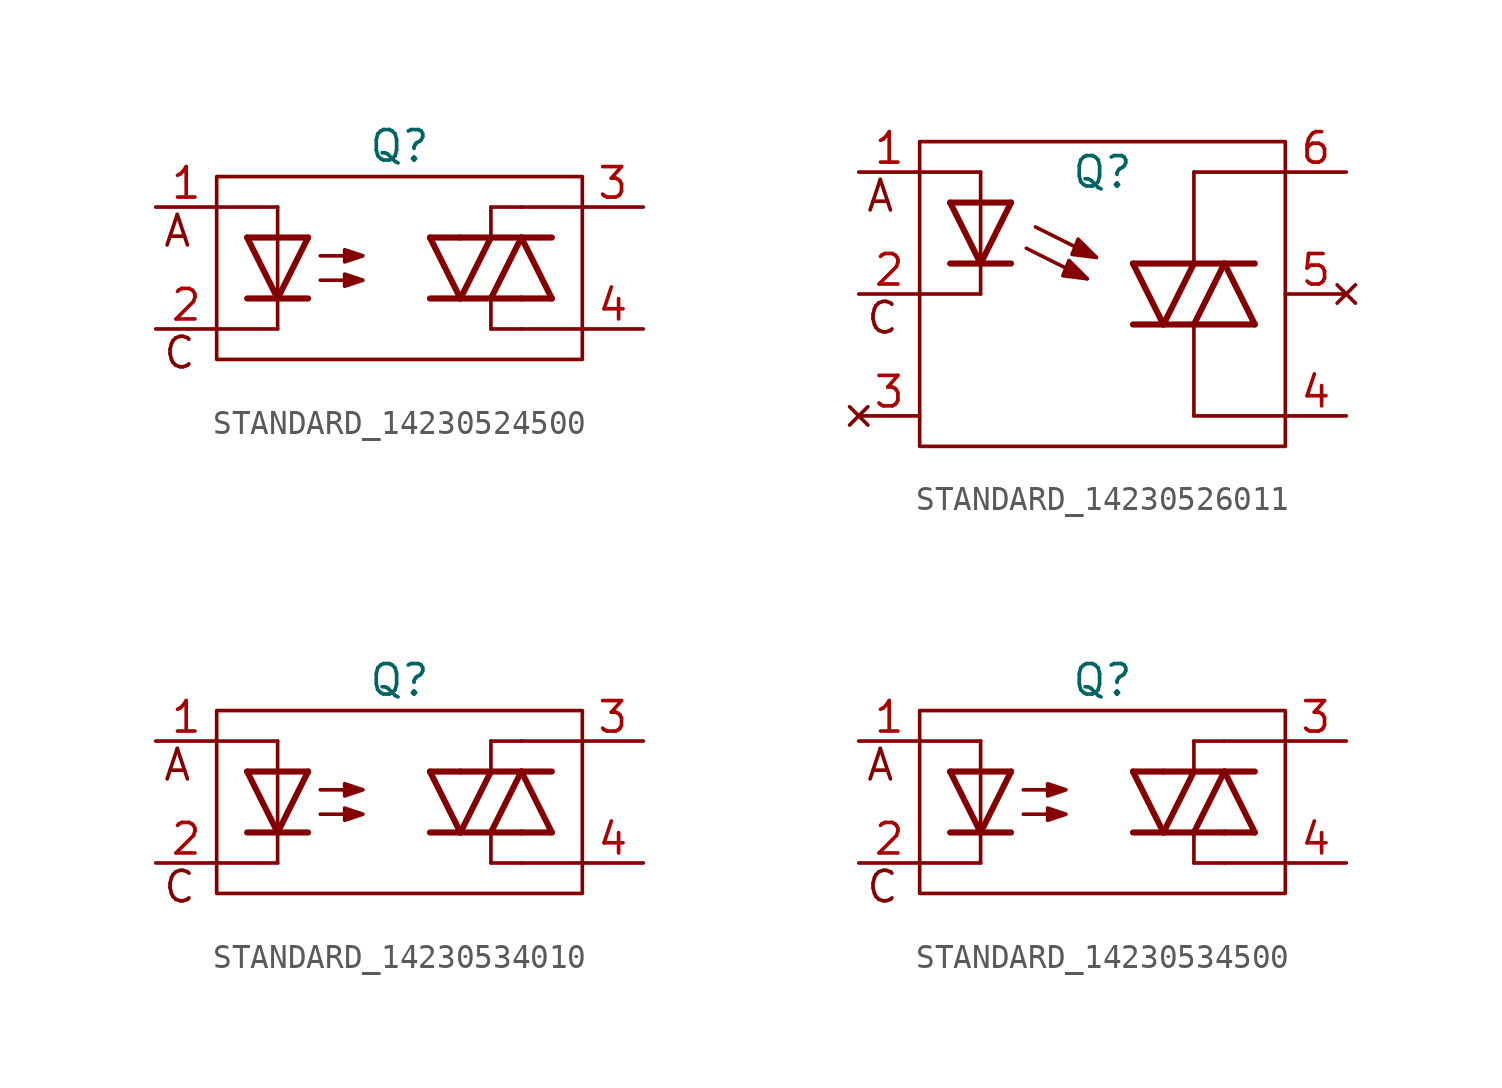
<source format=kicad_sym>
(kicad_symbol_lib
  (version 20220914)
  (generator kicad_symbol_editor)
  (symbol "STANDARD_14230524500"
    (pin_names hide)
    (property "Reference" "Q"
      (at 0 5.08 0)
      (effects (font (size 1.27 1.27))))
    (symbol "STANDARD_14230524500_0_0"
      (rectangle (start -7.62 3.81) (end 7.62 -3.81) (stroke (width 0) (type default)) (fill (type none)))
      (polyline (pts (xy -5.08 -2.54) (xy -7.62 -2.54)) (stroke (width 0.152) (type default)) (fill (type none)))
      (polyline (pts (xy -5.08 -1.27) (xy -6.35 -1.27)) (stroke (width 0.254) (type default)) (fill (type none)))
      (polyline (pts (xy -5.08 -1.27) (xy -6.35 1.27)) (stroke (width 0.254) (type default)) (fill (type none)))
      (polyline (pts (xy -5.08 -1.27) (xy -5.08 -2.54)) (stroke (width 0.152) (type default)) (fill (type none)))
      (polyline (pts (xy -5.08 1.27) (xy -6.35 1.27)) (stroke (width 0.254) (type default)) (fill (type none)))
      (polyline (pts (xy -5.08 1.27) (xy -5.08 -1.27)) (stroke (width 0.152) (type default)) (fill (type none)))
      (polyline (pts (xy -5.08 1.27) (xy -5.08 2.54)) (stroke (width 0.152) (type default)) (fill (type none)))
      (polyline (pts (xy -5.08 2.54) (xy -7.62 2.54)) (stroke (width 0.152) (type default)) (fill (type none)))
      (polyline (pts (xy -3.81 -1.27) (xy -5.08 -1.27)) (stroke (width 0.254) (type default)) (fill (type none)))
      (polyline (pts (xy -3.81 1.27) (xy -5.08 -1.27)) (stroke (width 0.254) (type default)) (fill (type none)))
      (polyline (pts (xy -3.81 1.27) (xy -5.08 1.27)) (stroke (width 0.254) (type default)) (fill (type none)))
      (polyline (pts (xy -3.302 -0.508) (xy -2.032 -0.508)) (stroke (width 0.152) (type default)) (fill (type none)))
      (polyline (pts (xy -3.302 0.508) (xy -2.032 0.508)) (stroke (width 0.152) (type default)) (fill (type none)))
      (polyline (pts (xy 2.54 -1.27) (xy 1.27 -1.27)) (stroke (width 0.254) (type default)) (fill (type none)))
      (polyline (pts (xy 2.54 -1.27) (xy 1.27 1.27)) (stroke (width 0.254) (type default)) (fill (type none)))
      (polyline (pts (xy 2.54 1.27) (xy 1.27 1.27)) (stroke (width 0.254) (type default)) (fill (type none)))
      (polyline (pts (xy 3.81 -2.54) (xy 5.08 -2.54)) (stroke (width 0.152) (type default)) (fill (type none)))
      (polyline (pts (xy 3.81 -1.27) (xy 2.54 -1.27)) (stroke (width 0.254) (type default)) (fill (type none)))
      (polyline (pts (xy 3.81 -1.27) (xy 3.81 -2.54)) (stroke (width 0.152) (type default)) (fill (type none)))
      (polyline (pts (xy 3.81 -1.27) (xy 5.08 -1.27)) (stroke (width 0.254) (type default)) (fill (type none)))
      (polyline (pts (xy 3.81 -1.27) (xy 5.08 1.27)) (stroke (width 0.254) (type default)) (fill (type none)))
      (polyline (pts (xy 3.81 1.27) (xy 2.54 -1.27)) (stroke (width 0.254) (type default)) (fill (type none)))
      (polyline (pts (xy 3.81 1.27) (xy 2.54 1.27)) (stroke (width 0.254) (type default)) (fill (type none)))
      (polyline (pts (xy 3.81 1.27) (xy 3.81 2.54)) (stroke (width 0.152) (type default)) (fill (type none)))
      (polyline (pts (xy 3.81 1.27) (xy 5.08 1.27)) (stroke (width 0.254) (type default)) (fill (type none)))
      (polyline (pts (xy 5.08 -1.27) (xy 6.35 -1.27)) (stroke (width 0.254) (type default)) (fill (type none)))
      (polyline (pts (xy 5.08 1.27) (xy 6.35 -1.27)) (stroke (width 0.254) (type default)) (fill (type none)))
      (polyline (pts (xy 5.08 1.27) (xy 6.35 1.27)) (stroke (width 0.254) (type default)) (fill (type none)))
      (polyline (pts (xy 5.08 2.54) (xy 3.81 2.54)) (stroke (width 0.152) (type default)) (fill (type none)))
      (polyline (pts (xy 7.62 -2.54) (xy 5.08 -2.54)) (stroke (width 0.152) (type default)) (fill (type none)))
      (polyline (pts (xy 7.62 2.54) (xy 5.08 2.54)) (stroke (width 0.152) (type default)) (fill (type none)))
      (polyline (pts (xy -2.286 -0.254) (xy -1.524 -0.508) (xy -2.286 -0.762) (xy -2.286 -0.254)) (stroke (width 0.152) (type default)) (fill (type outline)))
      (polyline (pts (xy -2.286 0.762) (xy -1.524 0.508) (xy -2.286 0.254) (xy -2.286 0.762)) (stroke (width 0.152) (type default)) (fill (type outline)))
      (text "A" (at -9.906 2.286 0) (effects (font (size 1.27 1.27)) (justify left top)))
      (text "C" (at -9.906 -2.794 0) (effects (font (size 1.27 1.27)) (justify left top))))
    (symbol "STANDARD_14230524500_1_0"
      (pin passive line (at -10.16 2.54 0) (length 2.54) (name "Anode" (effects (font (size 1.27 1.27)))) (number "1" (effects (font (size 1.27 1.27)))))
      (pin passive line (at -10.16 -2.54 0) (length 2.54) (name "Cathode" (effects (font (size 1.27 1.27)))) (number "2" (effects (font (size 1.27 1.27)))))
      (pin passive line (at 10.16 2.54 180) (length 2.54) (name "Teminal" (effects (font (size 1.27 1.27)))) (number "3" (effects (font (size 1.27 1.27)))))
      (pin passive line (at 10.16 -2.54 180) (length 2.54) (name "Teminal" (effects (font (size 1.27 1.27)))) (number "4" (effects (font (size 1.27 1.27)))))))
  (symbol "STANDARD_14230526011"
    (pin_names hide)
    (property "Reference" "Q"
      (at 0 5.08 0)
      (effects (font (size 1.27 1.27))))
    (symbol "STANDARD_14230526011_0_0"
      (rectangle (start -7.62 6.35) (end 7.62 -6.35) (stroke (width 0) (type default)) (fill (type none)))
      (polyline (pts (xy -5.08 0) (xy -7.62 0)) (stroke (width 0.152) (type default)) (fill (type none)))
      (polyline (pts (xy -5.08 1.27) (xy -6.35 1.27)) (stroke (width 0.254) (type default)) (fill (type none)))
      (polyline (pts (xy -5.08 1.27) (xy -6.35 3.81)) (stroke (width 0.254) (type default)) (fill (type none)))
      (polyline (pts (xy -5.08 1.27) (xy -5.08 0)) (stroke (width 0.152) (type default)) (fill (type none)))
      (polyline (pts (xy -5.08 3.81) (xy -6.35 3.81)) (stroke (width 0.254) (type default)) (fill (type none)))
      (polyline (pts (xy -5.08 3.81) (xy -5.08 1.27)) (stroke (width 0.152) (type default)) (fill (type none)))
      (polyline (pts (xy -5.08 3.81) (xy -5.08 5.08)) (stroke (width 0.152) (type default)) (fill (type none)))
      (polyline (pts (xy -5.08 5.08) (xy -7.62 5.08)) (stroke (width 0.152) (type default)) (fill (type none)))
      (polyline (pts (xy -3.81 1.27) (xy -5.08 1.27)) (stroke (width 0.254) (type default)) (fill (type none)))
      (polyline (pts (xy -3.81 3.81) (xy -5.08 1.27)) (stroke (width 0.254) (type default)) (fill (type none)))
      (polyline (pts (xy -3.81 3.81) (xy -5.08 3.81)) (stroke (width 0.254) (type default)) (fill (type none)))
      (polyline (pts (xy -3.175 1.905) (xy -0.635 0.635)) (stroke (width 0.152) (type default)) (fill (type none)))
      (polyline (pts (xy -2.794 2.794) (xy -0.254 1.524)) (stroke (width 0.152) (type default)) (fill (type none)))
      (polyline (pts (xy 2.54 -1.27) (xy 1.27 -1.27)) (stroke (width 0.254) (type default)) (fill (type none)))
      (polyline (pts (xy 2.54 -1.27) (xy 1.27 1.27)) (stroke (width 0.254) (type default)) (fill (type none)))
      (polyline (pts (xy 3.81 -1.27) (xy 2.54 -1.27)) (stroke (width 0.254) (type default)) (fill (type none)))
      (polyline (pts (xy 3.81 -1.27) (xy 3.81 -5.08)) (stroke (width 0.152) (type default)) (fill (type none)))
      (polyline (pts (xy 3.81 -1.27) (xy 5.08 1.27)) (stroke (width 0.254) (type default)) (fill (type none)))
      (polyline (pts (xy 3.81 -1.27) (xy 6.35 -1.27)) (stroke (width 0.254) (type default)) (fill (type none)))
      (polyline (pts (xy 3.81 1.27) (xy 1.27 1.27)) (stroke (width 0.254) (type default)) (fill (type none)))
      (polyline (pts (xy 3.81 1.27) (xy 2.54 -1.27)) (stroke (width 0.254) (type default)) (fill (type none)))
      (polyline (pts (xy 3.81 1.27) (xy 3.81 5.08)) (stroke (width 0.152) (type default)) (fill (type none)))
      (polyline (pts (xy 3.81 1.27) (xy 5.08 1.27)) (stroke (width 0.254) (type default)) (fill (type none)))
      (polyline (pts (xy 5.08 1.27) (xy 6.35 -1.27)) (stroke (width 0.254) (type default)) (fill (type none)))
      (polyline (pts (xy 5.08 1.27) (xy 6.35 1.27)) (stroke (width 0.254) (type default)) (fill (type none)))
      (polyline (pts (xy 7.62 -5.08) (xy 3.81 -5.08)) (stroke (width 0.152) (type default)) (fill (type none)))
      (polyline (pts (xy 7.62 5.08) (xy 3.81 5.08)) (stroke (width 0.152) (type default)) (fill (type none)))
      (polyline (pts (xy -1.397 1.397) (xy -0.635 0.635) (xy -1.651 0.762) (xy -1.397 1.397)) (stroke (width 0.152) (type default)) (fill (type outline)))
      (polyline (pts (xy -1.016 2.286) (xy -0.254 1.524) (xy -1.27 1.651) (xy -1.016 2.286)) (stroke (width 0.152) (type default)) (fill (type outline)))
      (text "A" (at -9.906 4.826 0) (effects (font (size 1.27 1.27)) (justify left top)))
      (text "C" (at -9.906 -0.254 0) (effects (font (size 1.27 1.27)) (justify left top))))
    (symbol "STANDARD_14230526011_1_0"
      (pin passive line (at -10.16 5.08 0) (length 2.54) (name "Anode" (effects (font (size 1.27 1.27)))) (number "1" (effects (font (size 1.27 1.27)))))
      (pin passive line (at -10.16 0 0) (length 2.54) (name "Cathode" (effects (font (size 1.27 1.27)))) (number "2" (effects (font (size 1.27 1.27)))))
      (pin no_connect line (at -10.16 -5.08 0) (length 2.54) (name "NC" (effects (font (size 1.27 1.27)))) (number "3" (effects (font (size 1.27 1.27)))))
      (pin passive line (at 10.16 -5.08 180) (length 2.54) (name "Teminal" (effects (font (size 1.27 1.27)))) (number "4" (effects (font (size 1.27 1.27)))))
      (pin no_connect line (at 10.16 0 180) (length 2.54) (name "NC" (effects (font (size 1.27 1.27)))) (number "5" (effects (font (size 1.27 1.27)))))
      (pin passive line (at 10.16 5.08 180) (length 2.54) (name "Teminal" (effects (font (size 1.27 1.27)))) (number "6" (effects (font (size 1.27 1.27)))))))
  (symbol "STANDARD_14230534010"
    (pin_names hide)
    (property "Reference" "Q"
      (at 0 5.08 0)
      (effects (font (size 1.27 1.27))))
    (symbol "STANDARD_14230534010_0_0"
      (rectangle (start -7.62 3.81) (end 7.62 -3.81) (stroke (width 0) (type default)) (fill (type none)))
      (polyline (pts (xy -5.08 -2.54) (xy -7.62 -2.54)) (stroke (width 0.152) (type default)) (fill (type none)))
      (polyline (pts (xy -5.08 -1.27) (xy -6.35 -1.27)) (stroke (width 0.254) (type default)) (fill (type none)))
      (polyline (pts (xy -5.08 -1.27) (xy -6.35 1.27)) (stroke (width 0.254) (type default)) (fill (type none)))
      (polyline (pts (xy -5.08 -1.27) (xy -5.08 -2.54)) (stroke (width 0.152) (type default)) (fill (type none)))
      (polyline (pts (xy -5.08 1.27) (xy -6.35 1.27)) (stroke (width 0.254) (type default)) (fill (type none)))
      (polyline (pts (xy -5.08 1.27) (xy -5.08 -1.27)) (stroke (width 0.152) (type default)) (fill (type none)))
      (polyline (pts (xy -5.08 1.27) (xy -5.08 2.54)) (stroke (width 0.152) (type default)) (fill (type none)))
      (polyline (pts (xy -5.08 2.54) (xy -7.62 2.54)) (stroke (width 0.152) (type default)) (fill (type none)))
      (polyline (pts (xy -3.81 -1.27) (xy -5.08 -1.27)) (stroke (width 0.254) (type default)) (fill (type none)))
      (polyline (pts (xy -3.81 1.27) (xy -5.08 -1.27)) (stroke (width 0.254) (type default)) (fill (type none)))
      (polyline (pts (xy -3.81 1.27) (xy -5.08 1.27)) (stroke (width 0.254) (type default)) (fill (type none)))
      (polyline (pts (xy -3.302 -0.508) (xy -2.032 -0.508)) (stroke (width 0.152) (type default)) (fill (type none)))
      (polyline (pts (xy -3.302 0.508) (xy -2.032 0.508)) (stroke (width 0.152) (type default)) (fill (type none)))
      (polyline (pts (xy 2.54 -1.27) (xy 1.27 -1.27)) (stroke (width 0.254) (type default)) (fill (type none)))
      (polyline (pts (xy 2.54 -1.27) (xy 1.27 1.27)) (stroke (width 0.254) (type default)) (fill (type none)))
      (polyline (pts (xy 2.54 1.27) (xy 1.27 1.27)) (stroke (width 0.254) (type default)) (fill (type none)))
      (polyline (pts (xy 3.81 -2.54) (xy 5.08 -2.54)) (stroke (width 0.152) (type default)) (fill (type none)))
      (polyline (pts (xy 3.81 -1.27) (xy 2.54 -1.27)) (stroke (width 0.254) (type default)) (fill (type none)))
      (polyline (pts (xy 3.81 -1.27) (xy 3.81 -2.54)) (stroke (width 0.152) (type default)) (fill (type none)))
      (polyline (pts (xy 3.81 -1.27) (xy 5.08 -1.27)) (stroke (width 0.254) (type default)) (fill (type none)))
      (polyline (pts (xy 3.81 -1.27) (xy 5.08 1.27)) (stroke (width 0.254) (type default)) (fill (type none)))
      (polyline (pts (xy 3.81 1.27) (xy 2.54 -1.27)) (stroke (width 0.254) (type default)) (fill (type none)))
      (polyline (pts (xy 3.81 1.27) (xy 2.54 1.27)) (stroke (width 0.254) (type default)) (fill (type none)))
      (polyline (pts (xy 3.81 1.27) (xy 3.81 2.54)) (stroke (width 0.152) (type default)) (fill (type none)))
      (polyline (pts (xy 3.81 1.27) (xy 5.08 1.27)) (stroke (width 0.254) (type default)) (fill (type none)))
      (polyline (pts (xy 5.08 -1.27) (xy 6.35 -1.27)) (stroke (width 0.254) (type default)) (fill (type none)))
      (polyline (pts (xy 5.08 1.27) (xy 6.35 -1.27)) (stroke (width 0.254) (type default)) (fill (type none)))
      (polyline (pts (xy 5.08 1.27) (xy 6.35 1.27)) (stroke (width 0.254) (type default)) (fill (type none)))
      (polyline (pts (xy 5.08 2.54) (xy 3.81 2.54)) (stroke (width 0.152) (type default)) (fill (type none)))
      (polyline (pts (xy 7.62 -2.54) (xy 5.08 -2.54)) (stroke (width 0.152) (type default)) (fill (type none)))
      (polyline (pts (xy 7.62 2.54) (xy 5.08 2.54)) (stroke (width 0.152) (type default)) (fill (type none)))
      (polyline (pts (xy -2.286 -0.254) (xy -1.524 -0.508) (xy -2.286 -0.762) (xy -2.286 -0.254)) (stroke (width 0.152) (type default)) (fill (type outline)))
      (polyline (pts (xy -2.286 0.762) (xy -1.524 0.508) (xy -2.286 0.254) (xy -2.286 0.762)) (stroke (width 0.152) (type default)) (fill (type outline)))
      (text "A" (at -9.906 2.286 0) (effects (font (size 1.27 1.27)) (justify left top)))
      (text "C" (at -9.906 -2.794 0) (effects (font (size 1.27 1.27)) (justify left top))))
    (symbol "STANDARD_14230534010_1_0"
      (pin passive line (at -10.16 2.54 0) (length 2.54) (name "Anode" (effects (font (size 1.27 1.27)))) (number "1" (effects (font (size 1.27 1.27)))))
      (pin passive line (at -10.16 -2.54 0) (length 2.54) (name "Cathode" (effects (font (size 1.27 1.27)))) (number "2" (effects (font (size 1.27 1.27)))))
      (pin passive line (at 10.16 2.54 180) (length 2.54) (name "Teminal" (effects (font (size 1.27 1.27)))) (number "3" (effects (font (size 1.27 1.27)))))
      (pin passive line (at 10.16 -2.54 180) (length 2.54) (name "Teminal" (effects (font (size 1.27 1.27)))) (number "4" (effects (font (size 1.27 1.27)))))))
  (symbol "STANDARD_14230534500"
    (pin_names hide)
    (property "Reference" "Q"
      (at 0 5.08 0)
      (effects (font (size 1.27 1.27))))
    (symbol "STANDARD_14230534500_0_0"
      (rectangle (start -7.62 3.81) (end 7.62 -3.81) (stroke (width 0) (type default)) (fill (type none)))
      (polyline (pts (xy -5.08 -2.54) (xy -7.62 -2.54)) (stroke (width 0.152) (type default)) (fill (type none)))
      (polyline (pts (xy -5.08 -1.27) (xy -6.35 -1.27)) (stroke (width 0.254) (type default)) (fill (type none)))
      (polyline (pts (xy -5.08 -1.27) (xy -6.35 1.27)) (stroke (width 0.254) (type default)) (fill (type none)))
      (polyline (pts (xy -5.08 -1.27) (xy -5.08 -2.54)) (stroke (width 0.152) (type default)) (fill (type none)))
      (polyline (pts (xy -5.08 1.27) (xy -6.35 1.27)) (stroke (width 0.254) (type default)) (fill (type none)))
      (polyline (pts (xy -5.08 1.27) (xy -5.08 -1.27)) (stroke (width 0.152) (type default)) (fill (type none)))
      (polyline (pts (xy -5.08 1.27) (xy -5.08 2.54)) (stroke (width 0.152) (type default)) (fill (type none)))
      (polyline (pts (xy -5.08 2.54) (xy -7.62 2.54)) (stroke (width 0.152) (type default)) (fill (type none)))
      (polyline (pts (xy -3.81 -1.27) (xy -5.08 -1.27)) (stroke (width 0.254) (type default)) (fill (type none)))
      (polyline (pts (xy -3.81 1.27) (xy -5.08 -1.27)) (stroke (width 0.254) (type default)) (fill (type none)))
      (polyline (pts (xy -3.81 1.27) (xy -5.08 1.27)) (stroke (width 0.254) (type default)) (fill (type none)))
      (polyline (pts (xy -3.302 -0.508) (xy -2.032 -0.508)) (stroke (width 0.152) (type default)) (fill (type none)))
      (polyline (pts (xy -3.302 0.508) (xy -2.032 0.508)) (stroke (width 0.152) (type default)) (fill (type none)))
      (polyline (pts (xy 2.54 -1.27) (xy 1.27 -1.27)) (stroke (width 0.254) (type default)) (fill (type none)))
      (polyline (pts (xy 2.54 -1.27) (xy 1.27 1.27)) (stroke (width 0.254) (type default)) (fill (type none)))
      (polyline (pts (xy 2.54 1.27) (xy 1.27 1.27)) (stroke (width 0.254) (type default)) (fill (type none)))
      (polyline (pts (xy 3.81 -2.54) (xy 5.08 -2.54)) (stroke (width 0.152) (type default)) (fill (type none)))
      (polyline (pts (xy 3.81 -1.27) (xy 2.54 -1.27)) (stroke (width 0.254) (type default)) (fill (type none)))
      (polyline (pts (xy 3.81 -1.27) (xy 3.81 -2.54)) (stroke (width 0.152) (type default)) (fill (type none)))
      (polyline (pts (xy 3.81 -1.27) (xy 5.08 -1.27)) (stroke (width 0.254) (type default)) (fill (type none)))
      (polyline (pts (xy 3.81 -1.27) (xy 5.08 1.27)) (stroke (width 0.254) (type default)) (fill (type none)))
      (polyline (pts (xy 3.81 1.27) (xy 2.54 -1.27)) (stroke (width 0.254) (type default)) (fill (type none)))
      (polyline (pts (xy 3.81 1.27) (xy 2.54 1.27)) (stroke (width 0.254) (type default)) (fill (type none)))
      (polyline (pts (xy 3.81 1.27) (xy 3.81 2.54)) (stroke (width 0.152) (type default)) (fill (type none)))
      (polyline (pts (xy 3.81 1.27) (xy 5.08 1.27)) (stroke (width 0.254) (type default)) (fill (type none)))
      (polyline (pts (xy 5.08 -1.27) (xy 6.35 -1.27)) (stroke (width 0.254) (type default)) (fill (type none)))
      (polyline (pts (xy 5.08 1.27) (xy 6.35 -1.27)) (stroke (width 0.254) (type default)) (fill (type none)))
      (polyline (pts (xy 5.08 1.27) (xy 6.35 1.27)) (stroke (width 0.254) (type default)) (fill (type none)))
      (polyline (pts (xy 5.08 2.54) (xy 3.81 2.54)) (stroke (width 0.152) (type default)) (fill (type none)))
      (polyline (pts (xy 7.62 -2.54) (xy 5.08 -2.54)) (stroke (width 0.152) (type default)) (fill (type none)))
      (polyline (pts (xy 7.62 2.54) (xy 5.08 2.54)) (stroke (width 0.152) (type default)) (fill (type none)))
      (polyline (pts (xy -2.286 -0.254) (xy -1.524 -0.508) (xy -2.286 -0.762) (xy -2.286 -0.254)) (stroke (width 0.152) (type default)) (fill (type outline)))
      (polyline (pts (xy -2.286 0.762) (xy -1.524 0.508) (xy -2.286 0.254) (xy -2.286 0.762)) (stroke (width 0.152) (type default)) (fill (type outline)))
      (text "A" (at -9.906 2.286 0) (effects (font (size 1.27 1.27)) (justify left top)))
      (text "C" (at -9.906 -2.794 0) (effects (font (size 1.27 1.27)) (justify left top))))
    (symbol "STANDARD_14230534500_1_0"
      (pin passive line (at -10.16 2.54 0) (length 2.54) (name "Anode" (effects (font (size 1.27 1.27)))) (number "1" (effects (font (size 1.27 1.27)))))
      (pin passive line (at -10.16 -2.54 0) (length 2.54) (name "Cathode" (effects (font (size 1.27 1.27)))) (number "2" (effects (font (size 1.27 1.27)))))
      (pin passive line (at 10.16 2.54 180) (length 2.54) (name "Teminal" (effects (font (size 1.27 1.27)))) (number "3" (effects (font (size 1.27 1.27)))))
      (pin passive line (at 10.16 -2.54 180) (length 2.54) (name "Teminal" (effects (font (size 1.27 1.27)))) (number "4" (effects (font (size 1.27 1.27))))))))
</source>
